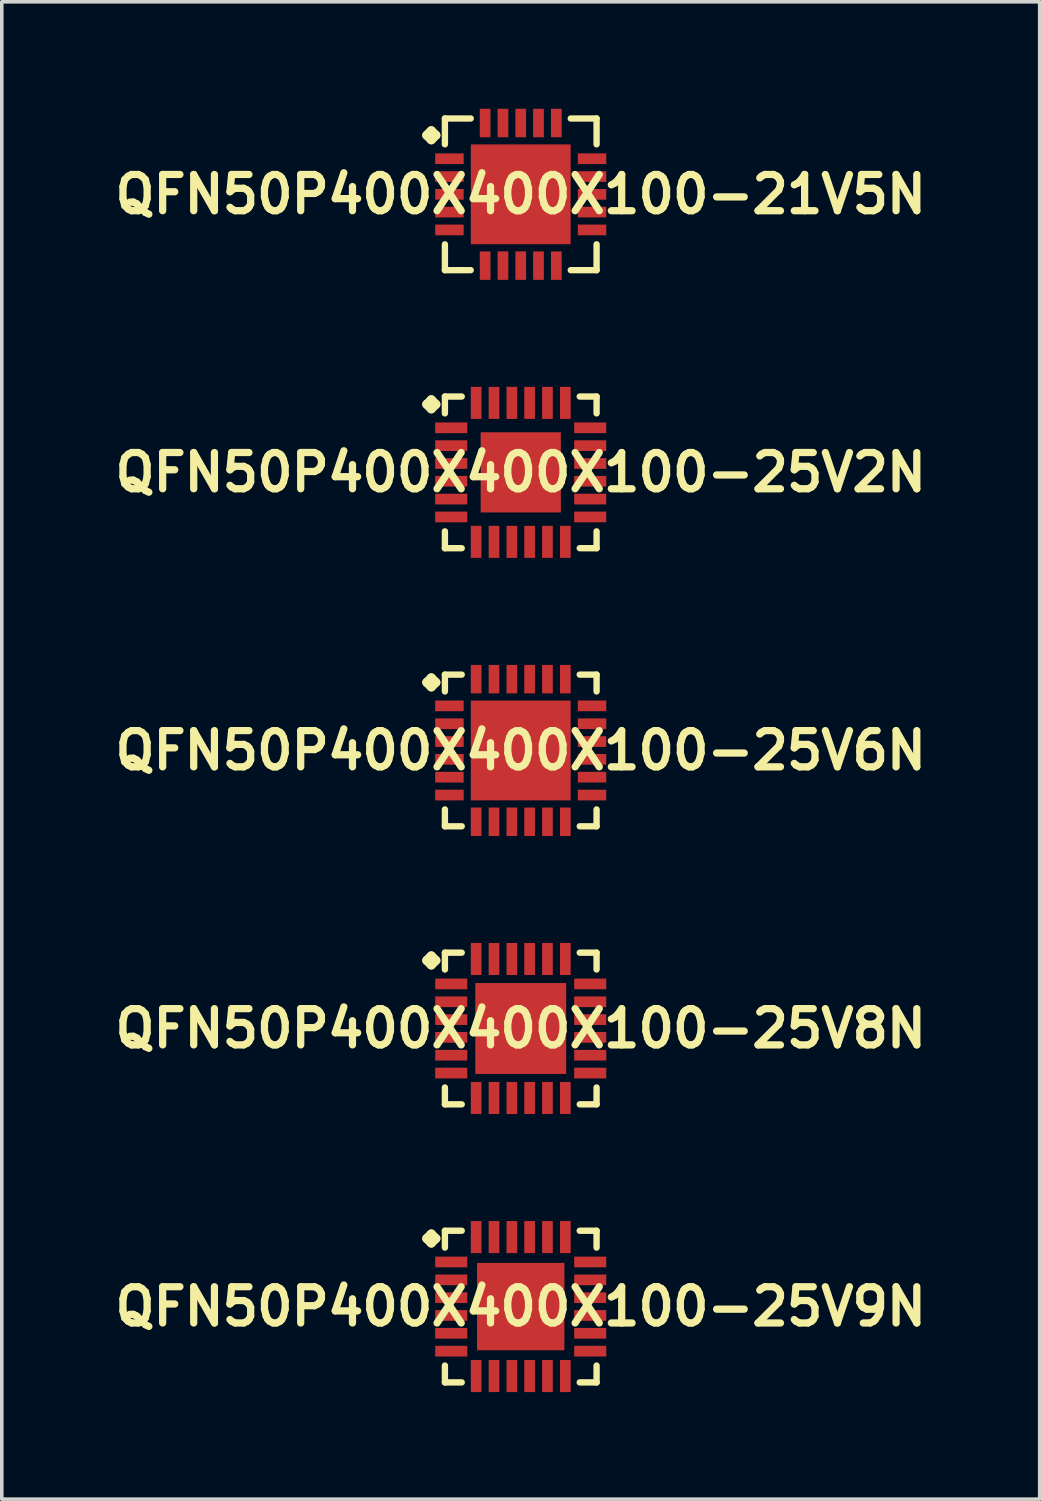
<source format=kicad_pcb>
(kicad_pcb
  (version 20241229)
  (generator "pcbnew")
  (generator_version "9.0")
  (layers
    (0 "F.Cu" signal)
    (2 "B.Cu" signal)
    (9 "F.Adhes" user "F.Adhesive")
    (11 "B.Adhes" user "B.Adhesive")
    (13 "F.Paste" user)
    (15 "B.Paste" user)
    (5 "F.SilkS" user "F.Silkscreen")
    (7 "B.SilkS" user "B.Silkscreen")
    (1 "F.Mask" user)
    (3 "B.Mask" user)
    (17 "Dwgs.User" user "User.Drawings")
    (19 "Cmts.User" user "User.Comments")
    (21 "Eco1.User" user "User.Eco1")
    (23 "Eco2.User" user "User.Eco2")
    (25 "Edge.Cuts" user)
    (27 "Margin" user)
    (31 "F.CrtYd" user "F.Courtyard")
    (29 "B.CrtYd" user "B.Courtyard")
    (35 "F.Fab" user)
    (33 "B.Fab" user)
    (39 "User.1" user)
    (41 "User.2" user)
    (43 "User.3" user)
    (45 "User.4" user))
  (footprint "QFN50P400X400X100-21V5N"
    (layer "F.Cu")
    (at 11.549 2.398)
    (property "Reference" "QFN50P400X400X100-21V5N" (at 0 0 0) (layer "F.SilkS") (effects (font (size 1.016 1.016) (thickness 0.203))))
    (attr smd)
    (fp_line (start -2.634 -1.656) (end -2.507 -1.783) (stroke (width 0.254) (type solid)) (layer "F.SilkS"))
    (fp_line (start -2.507 -1.783) (end -2.38 -1.656) (stroke (width 0.254) (type solid)) (layer "F.SilkS"))
    (fp_line (start -2.507 -1.529) (end -2.634 -1.656) (stroke (width 0.254) (type solid)) (layer "F.SilkS"))
    (fp_line (start -2.38 -1.656) (end -2.507 -1.529) (stroke (width 0.254) (type solid)) (layer "F.SilkS"))
    (fp_line (start -2.126 -2.126) (end -1.402 -2.126) (stroke (width 0.178) (type solid)) (layer "F.SilkS"))
    (fp_line (start -2.126 -1.402) (end -2.126 -2.126) (stroke (width 0.178) (type solid)) (layer "F.SilkS"))
    (fp_line (start -2.126 1.402) (end -2.126 2.126) (stroke (width 0.178) (type solid)) (layer "F.SilkS"))
    (fp_line (start -2.126 2.126) (end -1.402 2.126) (stroke (width 0.178) (type solid)) (layer "F.SilkS"))
    (fp_line (start 1.402 -2.126) (end 2.126 -2.126) (stroke (width 0.178) (type solid)) (layer "F.SilkS"))
    (fp_line (start 1.402 2.126) (end 2.126 2.126) (stroke (width 0.178) (type solid)) (layer "F.SilkS"))
    (fp_line (start 2.126 -2.126) (end 2.126 -1.402) (stroke (width 0.178) (type solid)) (layer "F.SilkS"))
    (fp_line (start 2.126 2.126) (end 2.126 1.402) (stroke (width 0.178) (type solid)) (layer "F.SilkS"))
    (pad "1" smd rect (at -1.999 -0.998) (size 0.798 0.3) (layers "F.Cu" "F.Mask" "F.Paste"))
    (pad "2" smd rect (at -1.999 -0.498) (size 0.798 0.3) (layers "F.Cu" "F.Mask" "F.Paste"))
    (pad "3" smd rect (at -1.999 0) (size 0.798 0.3) (layers "F.Cu" "F.Mask" "F.Paste"))
    (pad "4" smd rect (at -1.999 0.498) (size 0.798 0.3) (layers "F.Cu" "F.Mask" "F.Paste"))
    (pad "5" smd rect (at -1.999 0.998) (size 0.798 0.3) (layers "F.Cu" "F.Mask" "F.Paste"))
    (pad "6" smd rect (at -0.998 1.999) (size 0.3 0.798) (layers "F.Cu" "F.Mask" "F.Paste"))
    (pad "7" smd rect (at -0.498 1.999) (size 0.3 0.798) (layers "F.Cu" "F.Mask" "F.Paste"))
    (pad "8" smd rect (at 0 1.999) (size 0.3 0.798) (layers "F.Cu" "F.Mask" "F.Paste"))
    (pad "9" smd rect (at 0.498 1.999) (size 0.3 0.798) (layers "F.Cu" "F.Mask" "F.Paste"))
    (pad "10" smd rect (at 0.998 1.999) (size 0.3 0.798) (layers "F.Cu" "F.Mask" "F.Paste"))
    (pad "11" smd rect (at 1.999 0.998) (size 0.798 0.3) (layers "F.Cu" "F.Mask" "F.Paste"))
    (pad "12" smd rect (at 1.999 0.498) (size 0.798 0.3) (layers "F.Cu" "F.Mask" "F.Paste"))
    (pad "13" smd rect (at 1.999 0) (size 0.798 0.3) (layers "F.Cu" "F.Mask" "F.Paste"))
    (pad "14" smd rect (at 1.999 -0.498) (size 0.798 0.3) (layers "F.Cu" "F.Mask" "F.Paste"))
    (pad "15" smd rect (at 1.999 -0.998) (size 0.798 0.3) (layers "F.Cu" "F.Mask" "F.Paste"))
    (pad "16" smd rect (at 0.998 -1.999) (size 0.3 0.798) (layers "F.Cu" "F.Mask" "F.Paste"))
    (pad "17" smd rect (at 0.498 -1.999) (size 0.3 0.798) (layers "F.Cu" "F.Mask" "F.Paste"))
    (pad "18" smd rect (at 0 -1.999) (size 0.3 0.798) (layers "F.Cu" "F.Mask" "F.Paste"))
    (pad "19" smd rect (at -0.498 -1.999) (size 0.3 0.798) (layers "F.Cu" "F.Mask" "F.Paste"))
    (pad "20" smd rect (at -0.998 -1.999) (size 0.3 0.798) (layers "F.Cu" "F.Mask" "F.Paste"))
    (pad "21" smd rect (at 0 0) (size 2.799 2.799) (layers "F.Cu" "F.Mask" "F.Paste")))
  (footprint "QFN50P400X400X100-25V6N"
    (layer "F.Cu")
    (at 11.549 17.989)
    (property "Reference" "QFN50P400X400X100-25V6N" (at 0 0 0) (layer "F.SilkS") (effects (font (size 1.016 1.016) (thickness 0.203))))
    (attr smd)
    (fp_line (start -2.634 -1.908) (end -2.507 -2.035) (stroke (width 0.254) (type solid)) (layer "F.SilkS"))
    (fp_line (start -2.507 -2.035) (end -2.38 -1.908) (stroke (width 0.254) (type solid)) (layer "F.SilkS"))
    (fp_line (start -2.507 -1.781) (end -2.634 -1.908) (stroke (width 0.254) (type solid)) (layer "F.SilkS"))
    (fp_line (start -2.38 -1.908) (end -2.507 -1.781) (stroke (width 0.254) (type solid)) (layer "F.SilkS"))
    (fp_line (start -2.126 -2.126) (end -1.654 -2.126) (stroke (width 0.178) (type solid)) (layer "F.SilkS"))
    (fp_line (start -2.126 -1.654) (end -2.126 -2.126) (stroke (width 0.178) (type solid)) (layer "F.SilkS"))
    (fp_line (start -2.126 1.654) (end -2.126 2.126) (stroke (width 0.178) (type solid)) (layer "F.SilkS"))
    (fp_line (start -2.126 2.126) (end -1.654 2.126) (stroke (width 0.178) (type solid)) (layer "F.SilkS"))
    (fp_line (start 1.654 -2.126) (end 2.126 -2.126) (stroke (width 0.178) (type solid)) (layer "F.SilkS"))
    (fp_line (start 1.654 2.126) (end 2.126 2.126) (stroke (width 0.178) (type solid)) (layer "F.SilkS"))
    (fp_line (start 2.126 -2.126) (end 2.126 -1.654) (stroke (width 0.178) (type solid)) (layer "F.SilkS"))
    (fp_line (start 2.126 2.126) (end 2.126 1.654) (stroke (width 0.178) (type solid)) (layer "F.SilkS"))
    (pad "1" smd rect (at -1.999 -1.25) (size 0.798 0.3) (layers "F.Cu" "F.Mask" "F.Paste"))
    (pad "2" smd rect (at -1.999 -0.749) (size 0.798 0.3) (layers "F.Cu" "F.Mask" "F.Paste"))
    (pad "3" smd rect (at -1.999 -0.249) (size 0.798 0.3) (layers "F.Cu" "F.Mask" "F.Paste"))
    (pad "4" smd rect (at -1.999 0.249) (size 0.798 0.3) (layers "F.Cu" "F.Mask" "F.Paste"))
    (pad "5" smd rect (at -1.999 0.749) (size 0.798 0.3) (layers "F.Cu" "F.Mask" "F.Paste"))
    (pad "6" smd rect (at -1.999 1.25) (size 0.798 0.3) (layers "F.Cu" "F.Mask" "F.Paste"))
    (pad "7" smd rect (at -1.25 1.999) (size 0.3 0.798) (layers "F.Cu" "F.Mask" "F.Paste"))
    (pad "8" smd rect (at -0.749 1.999) (size 0.3 0.798) (layers "F.Cu" "F.Mask" "F.Paste"))
    (pad "9" smd rect (at -0.249 1.999) (size 0.3 0.798) (layers "F.Cu" "F.Mask" "F.Paste"))
    (pad "10" smd rect (at 0.249 1.999) (size 0.3 0.798) (layers "F.Cu" "F.Mask" "F.Paste"))
    (pad "11" smd rect (at 0.749 1.999) (size 0.3 0.798) (layers "F.Cu" "F.Mask" "F.Paste"))
    (pad "12" smd rect (at 1.25 1.999) (size 0.3 0.798) (layers "F.Cu" "F.Mask" "F.Paste"))
    (pad "13" smd rect (at 1.999 1.25) (size 0.798 0.3) (layers "F.Cu" "F.Mask" "F.Paste"))
    (pad "14" smd rect (at 1.999 0.749) (size 0.798 0.3) (layers "F.Cu" "F.Mask" "F.Paste"))
    (pad "15" smd rect (at 1.999 0.249) (size 0.798 0.3) (layers "F.Cu" "F.Mask" "F.Paste"))
    (pad "16" smd rect (at 1.999 -0.249) (size 0.798 0.3) (layers "F.Cu" "F.Mask" "F.Paste"))
    (pad "17" smd rect (at 1.999 -0.749) (size 0.798 0.3) (layers "F.Cu" "F.Mask" "F.Paste"))
    (pad "18" smd rect (at 1.999 -1.25) (size 0.798 0.3) (layers "F.Cu" "F.Mask" "F.Paste"))
    (pad "19" smd rect (at 1.25 -1.999) (size 0.3 0.798) (layers "F.Cu" "F.Mask" "F.Paste"))
    (pad "20" smd rect (at 0.749 -1.999) (size 0.3 0.798) (layers "F.Cu" "F.Mask" "F.Paste"))
    (pad "21" smd rect (at 0.249 -1.999) (size 0.3 0.798) (layers "F.Cu" "F.Mask" "F.Paste"))
    (pad "22" smd rect (at -0.249 -1.999) (size 0.3 0.798) (layers "F.Cu" "F.Mask" "F.Paste"))
    (pad "23" smd rect (at -0.749 -1.999) (size 0.3 0.798) (layers "F.Cu" "F.Mask" "F.Paste"))
    (pad "24" smd rect (at -1.25 -1.999) (size 0.3 0.798) (layers "F.Cu" "F.Mask" "F.Paste"))
    (pad "25" smd rect (at 0 0) (size 2.799 2.799) (layers "F.Cu" "F.Mask" "F.Paste")))
  (footprint "QFN50P400X400X100-25V9N"
    (layer "F.Cu")
    (at 11.549 33.58)
    (property "Reference" "QFN50P400X400X100-25V9N" (at 0 0 0) (layer "F.SilkS") (effects (font (size 1.016 1.016) (thickness 0.203))))
    (attr smd)
    (fp_line (start -2.634 -1.908) (end -2.507 -2.035) (stroke (width 0.254) (type solid)) (layer "F.SilkS"))
    (fp_line (start -2.507 -2.035) (end -2.38 -1.908) (stroke (width 0.254) (type solid)) (layer "F.SilkS"))
    (fp_line (start -2.507 -1.781) (end -2.634 -1.908) (stroke (width 0.254) (type solid)) (layer "F.SilkS"))
    (fp_line (start -2.38 -1.908) (end -2.507 -1.781) (stroke (width 0.254) (type solid)) (layer "F.SilkS"))
    (fp_line (start -2.126 -2.126) (end -1.654 -2.126) (stroke (width 0.178) (type solid)) (layer "F.SilkS"))
    (fp_line (start -2.126 -1.654) (end -2.126 -2.126) (stroke (width 0.178) (type solid)) (layer "F.SilkS"))
    (fp_line (start -2.126 1.654) (end -2.126 2.126) (stroke (width 0.178) (type solid)) (layer "F.SilkS"))
    (fp_line (start -2.126 2.126) (end -1.654 2.126) (stroke (width 0.178) (type solid)) (layer "F.SilkS"))
    (fp_line (start 1.654 -2.126) (end 2.126 -2.126) (stroke (width 0.178) (type solid)) (layer "F.SilkS"))
    (fp_line (start 1.654 2.126) (end 2.126 2.126) (stroke (width 0.178) (type solid)) (layer "F.SilkS"))
    (fp_line (start 2.126 -2.126) (end 2.126 -1.654) (stroke (width 0.178) (type solid)) (layer "F.SilkS"))
    (fp_line (start 2.126 2.126) (end 2.126 1.654) (stroke (width 0.178) (type solid)) (layer "F.SilkS"))
    (pad "1" smd rect (at -1.948 -1.25) (size 0.899 0.3) (layers "F.Cu" "F.Mask" "F.Paste"))
    (pad "2" smd rect (at -1.948 -0.749) (size 0.899 0.3) (layers "F.Cu" "F.Mask" "F.Paste"))
    (pad "3" smd rect (at -1.948 -0.249) (size 0.899 0.3) (layers "F.Cu" "F.Mask" "F.Paste"))
    (pad "4" smd rect (at -1.948 0.249) (size 0.899 0.3) (layers "F.Cu" "F.Mask" "F.Paste"))
    (pad "5" smd rect (at -1.948 0.749) (size 0.899 0.3) (layers "F.Cu" "F.Mask" "F.Paste"))
    (pad "6" smd rect (at -1.948 1.25) (size 0.899 0.3) (layers "F.Cu" "F.Mask" "F.Paste"))
    (pad "7" smd rect (at -1.25 1.948) (size 0.3 0.899) (layers "F.Cu" "F.Mask" "F.Paste"))
    (pad "8" smd rect (at -0.749 1.948) (size 0.3 0.899) (layers "F.Cu" "F.Mask" "F.Paste"))
    (pad "9" smd rect (at -0.249 1.948) (size 0.3 0.899) (layers "F.Cu" "F.Mask" "F.Paste"))
    (pad "10" smd rect (at 0.249 1.948) (size 0.3 0.899) (layers "F.Cu" "F.Mask" "F.Paste"))
    (pad "11" smd rect (at 0.749 1.948) (size 0.3 0.899) (layers "F.Cu" "F.Mask" "F.Paste"))
    (pad "12" smd rect (at 1.25 1.948) (size 0.3 0.899) (layers "F.Cu" "F.Mask" "F.Paste"))
    (pad "13" smd rect (at 1.948 1.25) (size 0.899 0.3) (layers "F.Cu" "F.Mask" "F.Paste"))
    (pad "14" smd rect (at 1.948 0.749) (size 0.899 0.3) (layers "F.Cu" "F.Mask" "F.Paste"))
    (pad "15" smd rect (at 1.948 0.249) (size 0.899 0.3) (layers "F.Cu" "F.Mask" "F.Paste"))
    (pad "16" smd rect (at 1.948 -0.249) (size 0.899 0.3) (layers "F.Cu" "F.Mask" "F.Paste"))
    (pad "17" smd rect (at 1.948 -0.749) (size 0.899 0.3) (layers "F.Cu" "F.Mask" "F.Paste"))
    (pad "18" smd rect (at 1.948 -1.25) (size 0.899 0.3) (layers "F.Cu" "F.Mask" "F.Paste"))
    (pad "19" smd rect (at 1.25 -1.948) (size 0.3 0.899) (layers "F.Cu" "F.Mask" "F.Paste"))
    (pad "20" smd rect (at 0.749 -1.948) (size 0.3 0.899) (layers "F.Cu" "F.Mask" "F.Paste"))
    (pad "21" smd rect (at 0.249 -1.948) (size 0.3 0.899) (layers "F.Cu" "F.Mask" "F.Paste"))
    (pad "22" smd rect (at -0.249 -1.948) (size 0.3 0.899) (layers "F.Cu" "F.Mask" "F.Paste"))
    (pad "23" smd rect (at -0.749 -1.948) (size 0.3 0.899) (layers "F.Cu" "F.Mask" "F.Paste"))
    (pad "24" smd rect (at -1.25 -1.948) (size 0.3 0.899) (layers "F.Cu" "F.Mask" "F.Paste"))
    (pad "25" smd rect (at 0 0) (size 2.449 2.449) (layers "F.Cu" "F.Mask" "F.Paste")))
  (footprint "QFN50P400X400X100-25V2N"
    (layer "F.Cu")
    (at 11.549 10.193)
    (property "Reference" "QFN50P400X400X100-25V2N" (at 0 0 0) (layer "F.SilkS") (effects (font (size 1.016 1.016) (thickness 0.203))))
    (attr smd)
    (fp_line (start -2.634 -1.908) (end -2.507 -2.035) (stroke (width 0.254) (type solid)) (layer "F.SilkS"))
    (fp_line (start -2.507 -2.035) (end -2.38 -1.908) (stroke (width 0.254) (type solid)) (layer "F.SilkS"))
    (fp_line (start -2.507 -1.781) (end -2.634 -1.908) (stroke (width 0.254) (type solid)) (layer "F.SilkS"))
    (fp_line (start -2.38 -1.908) (end -2.507 -1.781) (stroke (width 0.254) (type solid)) (layer "F.SilkS"))
    (fp_line (start -2.126 -2.126) (end -1.654 -2.126) (stroke (width 0.178) (type solid)) (layer "F.SilkS"))
    (fp_line (start -2.126 -1.654) (end -2.126 -2.126) (stroke (width 0.178) (type solid)) (layer "F.SilkS"))
    (fp_line (start -2.126 1.654) (end -2.126 2.126) (stroke (width 0.178) (type solid)) (layer "F.SilkS"))
    (fp_line (start -2.126 2.126) (end -1.654 2.126) (stroke (width 0.178) (type solid)) (layer "F.SilkS"))
    (fp_line (start 1.654 -2.126) (end 2.126 -2.126) (stroke (width 0.178) (type solid)) (layer "F.SilkS"))
    (fp_line (start 1.654 2.126) (end 2.126 2.126) (stroke (width 0.178) (type solid)) (layer "F.SilkS"))
    (fp_line (start 2.126 -2.126) (end 2.126 -1.654) (stroke (width 0.178) (type solid)) (layer "F.SilkS"))
    (fp_line (start 2.126 2.126) (end 2.126 1.654) (stroke (width 0.178) (type solid)) (layer "F.SilkS"))
    (pad "1" smd rect (at -1.948 -1.25) (size 0.899 0.3) (layers "F.Cu" "F.Mask" "F.Paste"))
    (pad "2" smd rect (at -1.948 -0.749) (size 0.899 0.3) (layers "F.Cu" "F.Mask" "F.Paste"))
    (pad "3" smd rect (at -1.948 -0.249) (size 0.899 0.3) (layers "F.Cu" "F.Mask" "F.Paste"))
    (pad "4" smd rect (at -1.948 0.249) (size 0.899 0.3) (layers "F.Cu" "F.Mask" "F.Paste"))
    (pad "5" smd rect (at -1.948 0.749) (size 0.899 0.3) (layers "F.Cu" "F.Mask" "F.Paste"))
    (pad "6" smd rect (at -1.948 1.25) (size 0.899 0.3) (layers "F.Cu" "F.Mask" "F.Paste"))
    (pad "7" smd rect (at -1.25 1.948) (size 0.3 0.899) (layers "F.Cu" "F.Mask" "F.Paste"))
    (pad "8" smd rect (at -0.749 1.948) (size 0.3 0.899) (layers "F.Cu" "F.Mask" "F.Paste"))
    (pad "9" smd rect (at -0.249 1.948) (size 0.3 0.899) (layers "F.Cu" "F.Mask" "F.Paste"))
    (pad "10" smd rect (at 0.249 1.948) (size 0.3 0.899) (layers "F.Cu" "F.Mask" "F.Paste"))
    (pad "11" smd rect (at 0.749 1.948) (size 0.3 0.899) (layers "F.Cu" "F.Mask" "F.Paste"))
    (pad "12" smd rect (at 1.25 1.948) (size 0.3 0.899) (layers "F.Cu" "F.Mask" "F.Paste"))
    (pad "13" smd rect (at 1.948 1.25) (size 0.899 0.3) (layers "F.Cu" "F.Mask" "F.Paste"))
    (pad "14" smd rect (at 1.948 0.749) (size 0.899 0.3) (layers "F.Cu" "F.Mask" "F.Paste"))
    (pad "15" smd rect (at 1.948 0.249) (size 0.899 0.3) (layers "F.Cu" "F.Mask" "F.Paste"))
    (pad "16" smd rect (at 1.948 -0.249) (size 0.899 0.3) (layers "F.Cu" "F.Mask" "F.Paste"))
    (pad "17" smd rect (at 1.948 -0.749) (size 0.899 0.3) (layers "F.Cu" "F.Mask" "F.Paste"))
    (pad "18" smd rect (at 1.948 -1.25) (size 0.899 0.3) (layers "F.Cu" "F.Mask" "F.Paste"))
    (pad "19" smd rect (at 1.25 -1.948) (size 0.3 0.899) (layers "F.Cu" "F.Mask" "F.Paste"))
    (pad "20" smd rect (at 0.749 -1.948) (size 0.3 0.899) (layers "F.Cu" "F.Mask" "F.Paste"))
    (pad "21" smd rect (at 0.249 -1.948) (size 0.3 0.899) (layers "F.Cu" "F.Mask" "F.Paste"))
    (pad "22" smd rect (at -0.249 -1.948) (size 0.3 0.899) (layers "F.Cu" "F.Mask" "F.Paste"))
    (pad "23" smd rect (at -0.749 -1.948) (size 0.3 0.899) (layers "F.Cu" "F.Mask" "F.Paste"))
    (pad "24" smd rect (at -1.25 -1.948) (size 0.3 0.899) (layers "F.Cu" "F.Mask" "F.Paste"))
    (pad "25" smd rect (at 0 0) (size 2.248 2.248) (layers "F.Cu" "F.Mask" "F.Paste")))
  (footprint "QFN50P400X400X100-25V8N"
    (layer "F.Cu")
    (at 11.549 25.784)
    (property "Reference" "QFN50P400X400X100-25V8N" (at 0 0 0) (layer "F.SilkS") (effects (font (size 1.016 1.016) (thickness 0.203))))
    (attr smd)
    (fp_line (start -2.634 -1.908) (end -2.507 -2.035) (stroke (width 0.254) (type solid)) (layer "F.SilkS"))
    (fp_line (start -2.507 -2.035) (end -2.38 -1.908) (stroke (width 0.254) (type solid)) (layer "F.SilkS"))
    (fp_line (start -2.507 -1.781) (end -2.634 -1.908) (stroke (width 0.254) (type solid)) (layer "F.SilkS"))
    (fp_line (start -2.38 -1.908) (end -2.507 -1.781) (stroke (width 0.254) (type solid)) (layer "F.SilkS"))
    (fp_line (start -2.126 -2.126) (end -1.654 -2.126) (stroke (width 0.178) (type solid)) (layer "F.SilkS"))
    (fp_line (start -2.126 -1.654) (end -2.126 -2.126) (stroke (width 0.178) (type solid)) (layer "F.SilkS"))
    (fp_line (start -2.126 1.654) (end -2.126 2.126) (stroke (width 0.178) (type solid)) (layer "F.SilkS"))
    (fp_line (start -2.126 2.126) (end -1.654 2.126) (stroke (width 0.178) (type solid)) (layer "F.SilkS"))
    (fp_line (start 1.654 -2.126) (end 2.126 -2.126) (stroke (width 0.178) (type solid)) (layer "F.SilkS"))
    (fp_line (start 1.654 2.126) (end 2.126 2.126) (stroke (width 0.178) (type solid)) (layer "F.SilkS"))
    (fp_line (start 2.126 -2.126) (end 2.126 -1.654) (stroke (width 0.178) (type solid)) (layer "F.SilkS"))
    (fp_line (start 2.126 2.126) (end 2.126 1.654) (stroke (width 0.178) (type solid)) (layer "F.SilkS"))
    (pad "1" smd rect (at -1.948 -1.25) (size 0.899 0.3) (layers "F.Cu" "F.Mask" "F.Paste"))
    (pad "2" smd rect (at -1.948 -0.749) (size 0.899 0.3) (layers "F.Cu" "F.Mask" "F.Paste"))
    (pad "3" smd rect (at -1.948 -0.249) (size 0.899 0.3) (layers "F.Cu" "F.Mask" "F.Paste"))
    (pad "4" smd rect (at -1.948 0.249) (size 0.899 0.3) (layers "F.Cu" "F.Mask" "F.Paste"))
    (pad "5" smd rect (at -1.948 0.749) (size 0.899 0.3) (layers "F.Cu" "F.Mask" "F.Paste"))
    (pad "6" smd rect (at -1.948 1.25) (size 0.899 0.3) (layers "F.Cu" "F.Mask" "F.Paste"))
    (pad "7" smd rect (at -1.25 1.948) (size 0.3 0.899) (layers "F.Cu" "F.Mask" "F.Paste"))
    (pad "8" smd rect (at -0.749 1.948) (size 0.3 0.899) (layers "F.Cu" "F.Mask" "F.Paste"))
    (pad "9" smd rect (at -0.249 1.948) (size 0.3 0.899) (layers "F.Cu" "F.Mask" "F.Paste"))
    (pad "10" smd rect (at 0.249 1.948) (size 0.3 0.899) (layers "F.Cu" "F.Mask" "F.Paste"))
    (pad "11" smd rect (at 0.749 1.948) (size 0.3 0.899) (layers "F.Cu" "F.Mask" "F.Paste"))
    (pad "12" smd rect (at 1.25 1.948) (size 0.3 0.899) (layers "F.Cu" "F.Mask" "F.Paste"))
    (pad "13" smd rect (at 1.948 1.25) (size 0.899 0.3) (layers "F.Cu" "F.Mask" "F.Paste"))
    (pad "14" smd rect (at 1.948 0.749) (size 0.899 0.3) (layers "F.Cu" "F.Mask" "F.Paste"))
    (pad "15" smd rect (at 1.948 0.249) (size 0.899 0.3) (layers "F.Cu" "F.Mask" "F.Paste"))
    (pad "16" smd rect (at 1.948 -0.249) (size 0.899 0.3) (layers "F.Cu" "F.Mask" "F.Paste"))
    (pad "17" smd rect (at 1.948 -0.749) (size 0.899 0.3) (layers "F.Cu" "F.Mask" "F.Paste"))
    (pad "18" smd rect (at 1.948 -1.25) (size 0.899 0.3) (layers "F.Cu" "F.Mask" "F.Paste"))
    (pad "19" smd rect (at 1.25 -1.948) (size 0.3 0.899) (layers "F.Cu" "F.Mask" "F.Paste"))
    (pad "20" smd rect (at 0.749 -1.948) (size 0.3 0.899) (layers "F.Cu" "F.Mask" "F.Paste"))
    (pad "21" smd rect (at 0.249 -1.948) (size 0.3 0.899) (layers "F.Cu" "F.Mask" "F.Paste"))
    (pad "22" smd rect (at -0.249 -1.948) (size 0.3 0.899) (layers "F.Cu" "F.Mask" "F.Paste"))
    (pad "23" smd rect (at -0.749 -1.948) (size 0.3 0.899) (layers "F.Cu" "F.Mask" "F.Paste"))
    (pad "24" smd rect (at -1.25 -1.948) (size 0.3 0.899) (layers "F.Cu" "F.Mask" "F.Paste"))
    (pad "25" smd rect (at 0 0) (size 2.548 2.548) (layers "F.Cu" "F.Mask" "F.Paste")))
  (gr_rect
    (start -3 -3)
    (end 26.097 38.978)
    (stroke (width 0.1) (type default))
    (fill no)
    (layer "Edge.Cuts")))
</source>
